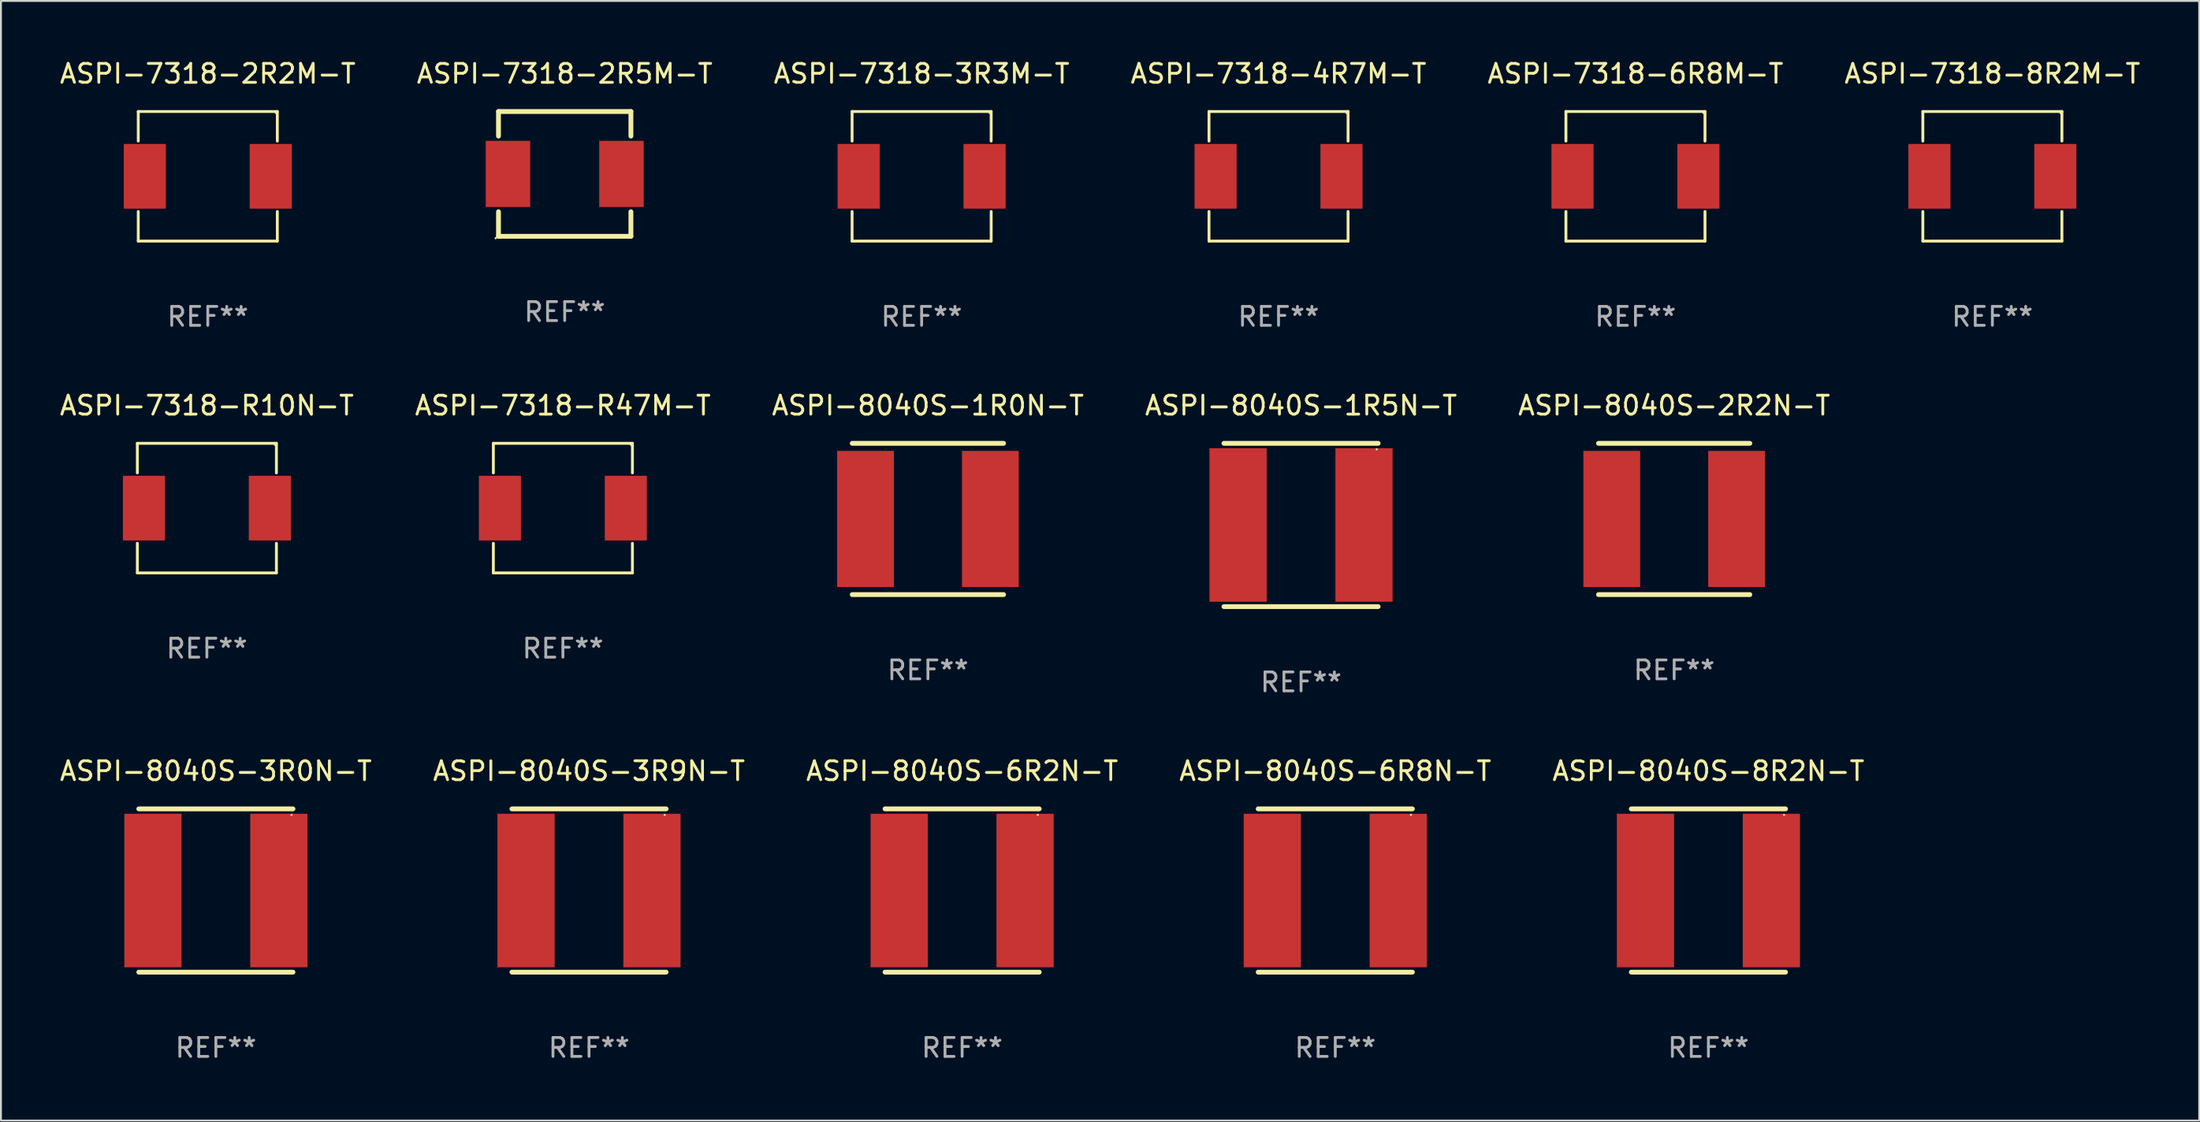
<source format=kicad_pcb>
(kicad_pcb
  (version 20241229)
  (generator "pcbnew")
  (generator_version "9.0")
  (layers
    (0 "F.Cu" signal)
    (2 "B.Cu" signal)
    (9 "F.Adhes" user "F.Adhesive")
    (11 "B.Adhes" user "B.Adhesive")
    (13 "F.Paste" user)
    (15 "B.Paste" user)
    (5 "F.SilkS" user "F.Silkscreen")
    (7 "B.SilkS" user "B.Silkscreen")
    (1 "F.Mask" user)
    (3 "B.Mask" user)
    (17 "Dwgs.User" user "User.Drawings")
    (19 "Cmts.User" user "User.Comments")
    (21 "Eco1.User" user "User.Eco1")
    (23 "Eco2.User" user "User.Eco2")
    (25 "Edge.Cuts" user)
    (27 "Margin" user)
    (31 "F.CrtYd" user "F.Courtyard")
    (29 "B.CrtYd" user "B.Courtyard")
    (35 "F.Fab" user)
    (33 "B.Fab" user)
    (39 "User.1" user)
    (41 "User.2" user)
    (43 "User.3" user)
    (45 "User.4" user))
  (footprint "ASPI-8040S-2R2N-T"
    (layer "F.Cu")
    (at 85.458 24.397)
    (property "Reference" "ASPI-8040S-2R2N-T" (at 0 -6 0) (layer "F.SilkS") (effects (font (size 1 1) (thickness 0.15))))
    (attr through_hole)
    (fp_line (start -4 -4) (end 4 -4) (stroke (width 0.254) (type solid)) (layer "F.SilkS"))
    (fp_line (start -4 4) (end 4 4) (stroke (width 0.254) (type solid)) (layer "F.SilkS"))
    (fp_circle (center -4 4) (end -3.97 4) (stroke (width 0.06) (type solid)) (fill no) (layer "F.SilkS"))
    (fp_text user "REF**" (at 0 8 0) (layer "F.Fab") (effects (font (size 1 1) (thickness 0.15))))
    (pad "1" smd rect (at -3.3 0) (size 3 7.2) (layers "F.Cu" "F.Mask" "F.Paste"))
    (pad "2" smd rect (at 3.3 0) (size 3 7.2) (layers "F.Cu" "F.Mask" "F.Paste")))
  (footprint "ASPI-8040S-8R2N-T"
    (layer "F.Cu")
    (at 87.268 44.048)
    (property "Reference" "ASPI-8040S-8R2N-T" (at 0 -6.318 0) (layer "F.SilkS") (effects (font (size 1 1) (thickness 0.15))))
    (attr through_hole)
    (fp_line (start -4.076 -4.318) (end 4.076 -4.318) (stroke (width 0.254) (type solid)) (layer "F.SilkS"))
    (fp_line (start -4.076 4.318) (end 4.076 4.318) (stroke (width 0.254) (type solid)) (layer "F.SilkS"))
    (fp_circle (center 4 -4) (end 4.03 -4) (stroke (width 0.06) (type solid)) (fill no) (layer "F.SilkS"))
    (fp_text user "REF**" (at 0 8.318 0) (layer "F.Fab") (effects (font (size 1 1) (thickness 0.15))))
    (pad "1" smd rect (at 3.328 0) (size 3.024 8.12) (layers "F.Cu" "F.Mask" "F.Paste"))
    (pad "2" smd rect (at -3.328 0) (size 3.024 8.12) (layers "F.Cu" "F.Mask" "F.Paste")))
  (footprint "ASPI-8040S-1R5N-T"
    (layer "F.Cu")
    (at 65.732 24.715)
    (property "Reference" "ASPI-8040S-1R5N-T" (at 0 -6.318 0) (layer "F.SilkS") (effects (font (size 1 1) (thickness 0.15))))
    (attr through_hole)
    (fp_line (start -4.076 -4.318) (end 4.076 -4.318) (stroke (width 0.254) (type solid)) (layer "F.SilkS"))
    (fp_line (start -4.076 4.318) (end 4.076 4.318) (stroke (width 0.254) (type solid)) (layer "F.SilkS"))
    (fp_circle (center 4 -4) (end 4.03 -4) (stroke (width 0.06) (type solid)) (fill no) (layer "F.SilkS"))
    (fp_text user "REF**" (at 0 8.318 0) (layer "F.Fab") (effects (font (size 1 1) (thickness 0.15))))
    (pad "1" smd rect (at 3.328 0) (size 3.024 8.12) (layers "F.Cu" "F.Mask" "F.Paste"))
    (pad "2" smd rect (at -3.328 0) (size 3.024 8.12) (layers "F.Cu" "F.Mask" "F.Paste")))
  (footprint "ASPI-8040S-3R0N-T"
    (layer "F.Cu")
    (at 8.363 44.048)
    (property "Reference" "ASPI-8040S-3R0N-T" (at 0 -6.318 0) (layer "F.SilkS") (effects (font (size 1 1) (thickness 0.15))))
    (attr through_hole)
    (fp_line (start -4.076 -4.318) (end 4.076 -4.318) (stroke (width 0.254) (type solid)) (layer "F.SilkS"))
    (fp_line (start -4.076 4.318) (end 4.076 4.318) (stroke (width 0.254) (type solid)) (layer "F.SilkS"))
    (fp_circle (center 4 -4) (end 4.03 -4) (stroke (width 0.06) (type solid)) (fill no) (layer "F.SilkS"))
    (fp_text user "REF**" (at 0 8.318 0) (layer "F.Fab") (effects (font (size 1 1) (thickness 0.15))))
    (pad "1" smd rect (at 3.328 0) (size 3.024 8.12) (layers "F.Cu" "F.Mask" "F.Paste"))
    (pad "2" smd rect (at -3.328 0) (size 3.024 8.12) (layers "F.Cu" "F.Mask" "F.Paste")))
  (footprint "ASPI-7318-8R2M-T"
    (layer "F.Cu")
    (at 102.28 6.274)
    (property "Reference" "ASPI-7318-8R2M-T" (at 0 -5.426 0) (layer "F.SilkS") (effects (font (size 1 1) (thickness 0.15))))
    (attr through_hole)
    (fp_line (start -3.676 -3.426) (end 3.676 -3.426) (stroke (width 0.152) (type solid)) (layer "F.SilkS"))
    (fp_line (start -3.676 -1.862) (end -3.676 -3.426) (stroke (width 0.152) (type solid)) (layer "F.SilkS"))
    (fp_line (start -3.676 1.862) (end -3.676 3.426) (stroke (width 0.152) (type solid)) (layer "F.SilkS"))
    (fp_line (start -3.676 3.426) (end 3.676 3.426) (stroke (width 0.152) (type solid)) (layer "F.SilkS"))
    (fp_line (start 3.676 -3.426) (end 3.676 -1.862) (stroke (width 0.152) (type solid)) (layer "F.SilkS"))
    (fp_line (start 3.676 3.426) (end 3.676 1.862) (stroke (width 0.152) (type solid)) (layer "F.SilkS"))
    (fp_circle (center 3.6 -3.35) (end 3.63 -3.35) (stroke (width 0.06) (type solid)) (fill no) (layer "F.SilkS"))
    (fp_text user "REF**" (at 0 7.426 0) (layer "F.Fab") (effects (font (size 1 1) (thickness 0.15))))
    (pad "1" smd rect (at 3.328 0) (size 2.224 3.42) (layers "F.Cu" "F.Mask" "F.Paste"))
    (pad "2" smd rect (at -3.328 0) (size 2.224 3.42) (layers "F.Cu" "F.Mask" "F.Paste")))
  (footprint "ASPI-7318-4R7M-T"
    (layer "F.Cu")
    (at 64.542 6.274)
    (property "Reference" "ASPI-7318-4R7M-T" (at 0 -5.426 0) (layer "F.SilkS") (effects (font (size 1 1) (thickness 0.15))))
    (attr through_hole)
    (fp_line (start -3.676 -3.426) (end 3.676 -3.426) (stroke (width 0.152) (type solid)) (layer "F.SilkS"))
    (fp_line (start -3.676 -1.862) (end -3.676 -3.426) (stroke (width 0.152) (type solid)) (layer "F.SilkS"))
    (fp_line (start -3.676 1.862) (end -3.676 3.426) (stroke (width 0.152) (type solid)) (layer "F.SilkS"))
    (fp_line (start -3.676 3.426) (end 3.676 3.426) (stroke (width 0.152) (type solid)) (layer "F.SilkS"))
    (fp_line (start 3.676 -3.426) (end 3.676 -1.862) (stroke (width 0.152) (type solid)) (layer "F.SilkS"))
    (fp_line (start 3.676 3.426) (end 3.676 1.862) (stroke (width 0.152) (type solid)) (layer "F.SilkS"))
    (fp_circle (center 3.6 -3.35) (end 3.63 -3.35) (stroke (width 0.06) (type solid)) (fill no) (layer "F.SilkS"))
    (fp_text user "REF**" (at 0 7.426 0) (layer "F.Fab") (effects (font (size 1 1) (thickness 0.15))))
    (pad "1" smd rect (at 3.328 0) (size 2.224 3.42) (layers "F.Cu" "F.Mask" "F.Paste"))
    (pad "2" smd rect (at -3.328 0) (size 2.224 3.42) (layers "F.Cu" "F.Mask" "F.Paste")))
  (footprint "ASPI-7318-3R3M-T"
    (layer "F.Cu")
    (at 45.673 6.274)
    (property "Reference" "ASPI-7318-3R3M-T" (at 0 -5.426 0) (layer "F.SilkS") (effects (font (size 1 1) (thickness 0.15))))
    (attr through_hole)
    (fp_line (start -3.676 -3.426) (end 3.676 -3.426) (stroke (width 0.152) (type solid)) (layer "F.SilkS"))
    (fp_line (start -3.676 -1.862) (end -3.676 -3.426) (stroke (width 0.152) (type solid)) (layer "F.SilkS"))
    (fp_line (start -3.676 1.862) (end -3.676 3.426) (stroke (width 0.152) (type solid)) (layer "F.SilkS"))
    (fp_line (start -3.676 3.426) (end 3.676 3.426) (stroke (width 0.152) (type solid)) (layer "F.SilkS"))
    (fp_line (start 3.676 -3.426) (end 3.676 -1.862) (stroke (width 0.152) (type solid)) (layer "F.SilkS"))
    (fp_line (start 3.676 3.426) (end 3.676 1.862) (stroke (width 0.152) (type solid)) (layer "F.SilkS"))
    (fp_circle (center 3.6 -3.35) (end 3.63 -3.35) (stroke (width 0.06) (type solid)) (fill no) (layer "F.SilkS"))
    (fp_text user "REF**" (at 0 7.426 0) (layer "F.Fab") (effects (font (size 1 1) (thickness 0.15))))
    (pad "1" smd rect (at 3.328 0) (size 2.224 3.42) (layers "F.Cu" "F.Mask" "F.Paste"))
    (pad "2" smd rect (at -3.328 0) (size 2.224 3.42) (layers "F.Cu" "F.Mask" "F.Paste")))
  (footprint "ASPI-8040S-3R9N-T"
    (layer "F.Cu")
    (at 28.089 44.048)
    (property "Reference" "ASPI-8040S-3R9N-T" (at 0 -6.318 0) (layer "F.SilkS") (effects (font (size 1 1) (thickness 0.15))))
    (attr through_hole)
    (fp_line (start -4.076 -4.318) (end 4.076 -4.318) (stroke (width 0.254) (type solid)) (layer "F.SilkS"))
    (fp_line (start -4.076 4.318) (end 4.076 4.318) (stroke (width 0.254) (type solid)) (layer "F.SilkS"))
    (fp_circle (center 4 -4) (end 4.03 -4) (stroke (width 0.06) (type solid)) (fill no) (layer "F.SilkS"))
    (fp_text user "REF**" (at 0 8.318 0) (layer "F.Fab") (effects (font (size 1 1) (thickness 0.15))))
    (pad "1" smd rect (at 3.328 0) (size 3.024 8.12) (layers "F.Cu" "F.Mask" "F.Paste"))
    (pad "2" smd rect (at -3.328 0) (size 3.024 8.12) (layers "F.Cu" "F.Mask" "F.Paste")))
  (footprint "ASPI-7318-6R8M-T"
    (layer "F.Cu")
    (at 83.411 6.274)
    (property "Reference" "ASPI-7318-6R8M-T" (at 0 -5.426 0) (layer "F.SilkS") (effects (font (size 1 1) (thickness 0.15))))
    (attr through_hole)
    (fp_line (start -3.676 -3.426) (end 3.676 -3.426) (stroke (width 0.152) (type solid)) (layer "F.SilkS"))
    (fp_line (start -3.676 -1.862) (end -3.676 -3.426) (stroke (width 0.152) (type solid)) (layer "F.SilkS"))
    (fp_line (start -3.676 1.862) (end -3.676 3.426) (stroke (width 0.152) (type solid)) (layer "F.SilkS"))
    (fp_line (start -3.676 3.426) (end 3.676 3.426) (stroke (width 0.152) (type solid)) (layer "F.SilkS"))
    (fp_line (start 3.676 -3.426) (end 3.676 -1.862) (stroke (width 0.152) (type solid)) (layer "F.SilkS"))
    (fp_line (start 3.676 3.426) (end 3.676 1.862) (stroke (width 0.152) (type solid)) (layer "F.SilkS"))
    (fp_circle (center 3.6 -3.35) (end 3.63 -3.35) (stroke (width 0.06) (type solid)) (fill no) (layer "F.SilkS"))
    (fp_text user "REF**" (at 0 7.426 0) (layer "F.Fab") (effects (font (size 1 1) (thickness 0.15))))
    (pad "1" smd rect (at 3.328 0) (size 2.224 3.42) (layers "F.Cu" "F.Mask" "F.Paste"))
    (pad "2" smd rect (at -3.328 0) (size 2.224 3.42) (layers "F.Cu" "F.Mask" "F.Paste")))
  (footprint "ASPI-7318-R47M-T"
    (layer "F.Cu")
    (at 26.708 23.823)
    (property "Reference" "ASPI-7318-R47M-T" (at 0 -5.426 0) (layer "F.SilkS") (effects (font (size 1 1) (thickness 0.15))))
    (attr through_hole)
    (fp_line (start -3.676 -3.426) (end 3.676 -3.426) (stroke (width 0.152) (type solid)) (layer "F.SilkS"))
    (fp_line (start -3.676 -1.862) (end -3.676 -3.426) (stroke (width 0.152) (type solid)) (layer "F.SilkS"))
    (fp_line (start -3.676 1.862) (end -3.676 3.426) (stroke (width 0.152) (type solid)) (layer "F.SilkS"))
    (fp_line (start -3.676 3.426) (end 3.676 3.426) (stroke (width 0.152) (type solid)) (layer "F.SilkS"))
    (fp_line (start 3.676 -3.426) (end 3.676 -1.862) (stroke (width 0.152) (type solid)) (layer "F.SilkS"))
    (fp_line (start 3.676 3.426) (end 3.676 1.862) (stroke (width 0.152) (type solid)) (layer "F.SilkS"))
    (fp_circle (center 3.6 -3.35) (end 3.63 -3.35) (stroke (width 0.06) (type solid)) (fill no) (layer "F.SilkS"))
    (fp_text user "REF**" (at 0 7.426 0) (layer "F.Fab") (effects (font (size 1 1) (thickness 0.15))))
    (pad "1" smd rect (at 3.328 0) (size 2.224 3.42) (layers "F.Cu" "F.Mask" "F.Paste"))
    (pad "2" smd rect (at -3.328 0) (size 2.224 3.42) (layers "F.Cu" "F.Mask" "F.Paste")))
  (footprint "ASPI-7318-2R2M-T"
    (layer "F.Cu")
    (at 7.935 6.274)
    (property "Reference" "ASPI-7318-2R2M-T" (at 0 -5.426 0) (layer "F.SilkS") (effects (font (size 1 1) (thickness 0.15))))
    (attr through_hole)
    (fp_line (start -3.676 -3.426) (end 3.676 -3.426) (stroke (width 0.152) (type solid)) (layer "F.SilkS"))
    (fp_line (start -3.676 -1.862) (end -3.676 -3.426) (stroke (width 0.152) (type solid)) (layer "F.SilkS"))
    (fp_line (start -3.676 1.862) (end -3.676 3.426) (stroke (width 0.152) (type solid)) (layer "F.SilkS"))
    (fp_line (start -3.676 3.426) (end 3.676 3.426) (stroke (width 0.152) (type solid)) (layer "F.SilkS"))
    (fp_line (start 3.676 -3.426) (end 3.676 -1.862) (stroke (width 0.152) (type solid)) (layer "F.SilkS"))
    (fp_line (start 3.676 3.426) (end 3.676 1.862) (stroke (width 0.152) (type solid)) (layer "F.SilkS"))
    (fp_circle (center 3.6 -3.35) (end 3.63 -3.35) (stroke (width 0.06) (type solid)) (fill no) (layer "F.SilkS"))
    (fp_text user "REF**" (at 0 7.426 0) (layer "F.Fab") (effects (font (size 1 1) (thickness 0.15))))
    (pad "1" smd rect (at 3.328 0) (size 2.224 3.42) (layers "F.Cu" "F.Mask" "F.Paste"))
    (pad "2" smd rect (at -3.328 0) (size 2.224 3.42) (layers "F.Cu" "F.Mask" "F.Paste")))
  (footprint "ASPI-8040S-6R8N-T"
    (layer "F.Cu")
    (at 67.542 44.048)
    (property "Reference" "ASPI-8040S-6R8N-T" (at 0 -6.318 0) (layer "F.SilkS") (effects (font (size 1 1) (thickness 0.15))))
    (attr through_hole)
    (fp_line (start -4.076 -4.318) (end 4.076 -4.318) (stroke (width 0.254) (type solid)) (layer "F.SilkS"))
    (fp_line (start -4.076 4.318) (end 4.076 4.318) (stroke (width 0.254) (type solid)) (layer "F.SilkS"))
    (fp_circle (center 4 -4) (end 4.03 -4) (stroke (width 0.06) (type solid)) (fill no) (layer "F.SilkS"))
    (fp_text user "REF**" (at 0 8.318 0) (layer "F.Fab") (effects (font (size 1 1) (thickness 0.15))))
    (pad "1" smd rect (at 3.328 0) (size 3.024 8.12) (layers "F.Cu" "F.Mask" "F.Paste"))
    (pad "2" smd rect (at -3.328 0) (size 3.024 8.12) (layers "F.Cu" "F.Mask" "F.Paste")))
  (footprint "ASPI-7318-R10N-T"
    (layer "F.Cu")
    (at 7.887 23.823)
    (property "Reference" "ASPI-7318-R10N-T" (at 0 -5.426 0) (layer "F.SilkS") (effects (font (size 1 1) (thickness 0.15))))
    (attr through_hole)
    (fp_line (start -3.676 -3.426) (end 3.676 -3.426) (stroke (width 0.152) (type solid)) (layer "F.SilkS"))
    (fp_line (start -3.676 -1.862) (end -3.676 -3.426) (stroke (width 0.152) (type solid)) (layer "F.SilkS"))
    (fp_line (start -3.676 1.862) (end -3.676 3.426) (stroke (width 0.152) (type solid)) (layer "F.SilkS"))
    (fp_line (start -3.676 3.426) (end 3.676 3.426) (stroke (width 0.152) (type solid)) (layer "F.SilkS"))
    (fp_line (start 3.676 -3.426) (end 3.676 -1.862) (stroke (width 0.152) (type solid)) (layer "F.SilkS"))
    (fp_line (start 3.676 3.426) (end 3.676 1.862) (stroke (width 0.152) (type solid)) (layer "F.SilkS"))
    (fp_circle (center 3.6 -3.35) (end 3.63 -3.35) (stroke (width 0.06) (type solid)) (fill no) (layer "F.SilkS"))
    (fp_text user "REF**" (at 0 7.426 0) (layer "F.Fab") (effects (font (size 1 1) (thickness 0.15))))
    (pad "1" smd rect (at 3.328 0) (size 2.224 3.42) (layers "F.Cu" "F.Mask" "F.Paste"))
    (pad "2" smd rect (at -3.328 0) (size 2.224 3.42) (layers "F.Cu" "F.Mask" "F.Paste")))
  (footprint "ASPI-7318-2R5M-T"
    (layer "F.Cu")
    (at 26.804 6.148)
    (property "Reference" "ASPI-7318-2R5M-T" (at 0 -5.3 0) (layer "F.SilkS") (effects (font (size 1 1) (thickness 0.15))))
    (attr through_hole)
    (fp_line (start -3.5 3.3) (end 3.5 3.3) (stroke (width 0.254) (type solid)) (layer "F.SilkS"))
    (fp_line (start -3.5 -3.3) (end -3.5 -2) (stroke (width 0.254) (type solid)) (layer "F.SilkS"))
    (fp_line (start -3.5 -3.3) (end 3.5 -3.3) (stroke (width 0.254) (type solid)) (layer "F.SilkS"))
    (fp_line (start -3.5 2) (end -3.5 3.3) (stroke (width 0.254) (type solid)) (layer "F.SilkS"))
    (fp_line (start 3.5 -3.3) (end 3.5 -2) (stroke (width 0.254) (type solid)) (layer "F.SilkS"))
    (fp_line (start 3.5 2) (end 3.5 3.3) (stroke (width 0.254) (type solid)) (layer "F.SilkS"))
    (fp_circle (center -3.65 3.4) (end -3.62 3.4) (stroke (width 0.06) (type solid)) (fill no) (layer "F.SilkS"))
    (fp_text user "REF**" (at 0 7.3 0) (layer "F.Fab") (effects (font (size 1 1) (thickness 0.15))))
    (pad "1" smd rect (at -3 0) (size 2.35 3.5) (layers "F.Cu" "F.Mask" "F.Paste"))
    (pad "2" smd rect (at 3 0) (size 2.35 3.5) (layers "F.Cu" "F.Mask" "F.Paste")))
  (footprint "ASPI-8040S-6R2N-T"
    (layer "F.Cu")
    (at 47.815 44.048)
    (property "Reference" "ASPI-8040S-6R2N-T" (at 0 -6.318 0) (layer "F.SilkS") (effects (font (size 1 1) (thickness 0.15))))
    (attr through_hole)
    (fp_line (start -4.076 -4.318) (end 4.076 -4.318) (stroke (width 0.254) (type solid)) (layer "F.SilkS"))
    (fp_line (start -4.076 4.318) (end 4.076 4.318) (stroke (width 0.254) (type solid)) (layer "F.SilkS"))
    (fp_circle (center 4 -4) (end 4.03 -4) (stroke (width 0.06) (type solid)) (fill no) (layer "F.SilkS"))
    (fp_text user "REF**" (at 0 8.318 0) (layer "F.Fab") (effects (font (size 1 1) (thickness 0.15))))
    (pad "1" smd rect (at 3.328 0) (size 3.024 8.12) (layers "F.Cu" "F.Mask" "F.Paste"))
    (pad "2" smd rect (at -3.328 0) (size 3.024 8.12) (layers "F.Cu" "F.Mask" "F.Paste")))
  (footprint "ASPI-8040S-1R0N-T"
    (layer "F.Cu")
    (at 46.006 24.397)
    (property "Reference" "ASPI-8040S-1R0N-T" (at 0 -6 0) (layer "F.SilkS") (effects (font (size 1 1) (thickness 0.15))))
    (attr through_hole)
    (fp_line (start -4 -4) (end 4 -4) (stroke (width 0.254) (type solid)) (layer "F.SilkS"))
    (fp_line (start -4 4) (end 4 4) (stroke (width 0.254) (type solid)) (layer "F.SilkS"))
    (fp_circle (center -4 4) (end -3.97 4) (stroke (width 0.06) (type solid)) (fill no) (layer "F.SilkS"))
    (fp_text user "REF**" (at 0 8 0) (layer "F.Fab") (effects (font (size 1 1) (thickness 0.15))))
    (pad "1" smd rect (at -3.3 0) (size 3 7.2) (layers "F.Cu" "F.Mask" "F.Paste"))
    (pad "2" smd rect (at 3.3 0) (size 3 7.2) (layers "F.Cu" "F.Mask" "F.Paste")))
  (gr_rect
    (start -3 -3)
    (end 113.214 56.214)
    (stroke (width 0.1) (type default))
    (fill no)
    (layer "Edge.Cuts")))
</source>
